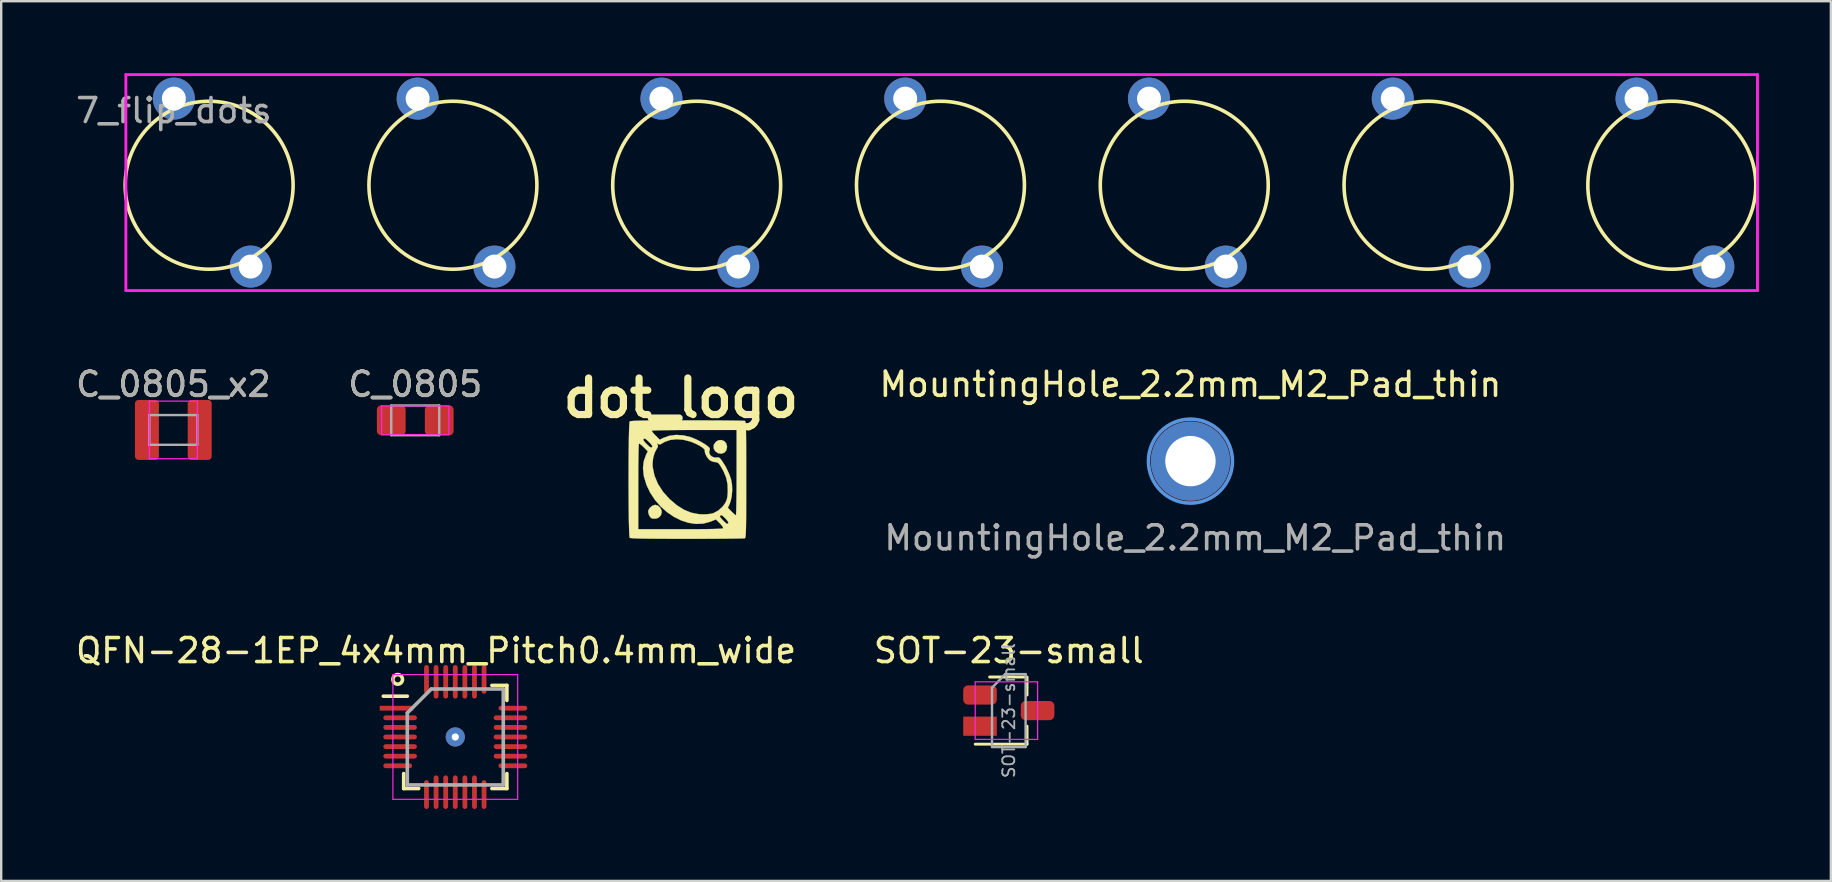
<source format=kicad_pcb>
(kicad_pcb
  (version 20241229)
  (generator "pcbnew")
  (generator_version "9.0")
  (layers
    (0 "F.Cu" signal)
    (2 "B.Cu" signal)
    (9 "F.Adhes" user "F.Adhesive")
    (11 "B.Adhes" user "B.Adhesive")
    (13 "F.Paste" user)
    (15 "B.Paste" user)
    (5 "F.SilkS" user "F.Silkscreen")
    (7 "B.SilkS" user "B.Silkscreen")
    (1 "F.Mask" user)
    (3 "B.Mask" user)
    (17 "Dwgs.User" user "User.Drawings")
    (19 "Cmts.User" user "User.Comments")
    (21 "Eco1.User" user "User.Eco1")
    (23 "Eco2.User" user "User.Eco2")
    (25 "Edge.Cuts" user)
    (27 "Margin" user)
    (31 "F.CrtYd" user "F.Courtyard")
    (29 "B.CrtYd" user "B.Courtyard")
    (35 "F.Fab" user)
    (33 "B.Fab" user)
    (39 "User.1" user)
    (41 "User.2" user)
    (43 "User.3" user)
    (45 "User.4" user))
  (footprint "C_0805_x2"
    (layer "F.Cu")
    (at 4.173 14.868)
    (property "Reference" "C_0805_x2" (at 0 -1.9 0) (layer "F.SilkS") (effects (font (size 1 1) (thickness 0.15))))
    (attr smd)
    (fp_line (start -1 -1.2) (end -1 1.2) (stroke (width 0.05) (type solid)) (layer "F.CrtYd"))
    (fp_line (start -1 -1.2) (end 1 -1.2) (stroke (width 0.05) (type solid)) (layer "F.CrtYd"))
    (fp_line (start 1 1.2) (end -1 1.2) (stroke (width 0.05) (type solid)) (layer "F.CrtYd"))
    (fp_line (start 1 1.2) (end 1 -1.2) (stroke (width 0.05) (type solid)) (layer "F.CrtYd"))
    (fp_line (start -1 -0.62) (end 1 -0.62) (stroke (width 0.1) (type solid)) (layer "F.Fab"))
    (fp_line (start -1 0.62) (end -1 -0.62) (stroke (width 0.1) (type solid)) (layer "F.Fab"))
    (fp_line (start 1 -0.62) (end 1 0.62) (stroke (width 0.1) (type solid)) (layer "F.Fab"))
    (fp_line (start 1 0.62) (end -1 0.62) (stroke (width 0.1) (type solid)) (layer "F.Fab"))
    (fp_text user "${REFERENCE}" (at 0 -1.9 0) (layer "F.Fab") (effects (font (size 1 1) (thickness 0.15))))
    (pad "1" smd roundrect (at -1.1 0) (size 1 2.5) (layers "F.Cu" "F.Mask" "F.Paste") (roundrect_rratio 0.15))
    (pad "2" smd roundrect (at 1.1 0) (size 1 2.5) (layers "F.Cu" "F.Mask" "F.Paste") (roundrect_rratio 0.15)))
  (footprint "MountingHole_2.2mm_M2_Pad_thin"
    (layer "F.Cu")
    (at 46.564 16.168)
    (property "Reference" "MountingHole_2.2mm_M2_Pad_thin" (at 0 -3.2 0) (layer "F.SilkS") (effects (font (size 1 1) (thickness 0.15))))
    (attr exclude_from_pos_files exclude_from_bom)
    (fp_circle (center 0 0) (end 1.75 0) (stroke (width 0.15) (type solid)) (fill no) (layer "Cmts.User"))
    (fp_circle (center 0 0) (end 1.75 0) (stroke (width 0.05) (type solid)) (fill no) (layer "F.CrtYd"))
    (fp_text user "${REFERENCE}" (at 0.2 3.2 0) (layer "F.Fab") (effects (font (size 1 1) (thickness 0.15))))
    (pad "1" thru_hole circle (at 0 0) (size 3.3 3.3) (drill 2.1) (layers "*.Cu" "*.Mask")))
  (footprint "QFN-28-1EP_4x4mm_Pitch0.4mm_wide"
    (layer "F.Cu")
    (at 15.925 27.665)
    (property "Reference" "QFN-28-1EP_4x4mm_Pitch0.4mm_wide" (at -0.8 -3.6 0) (layer "F.SilkS") (effects (font (size 1 1) (thickness 0.15))))
    (attr smd)
    (fp_line (start -2.15 2.15) (end -2.15 1.525) (stroke (width 0.15) (type solid)) (layer "F.SilkS"))
    (fp_line (start -2.15 2.15) (end -1.525 2.15) (stroke (width 0.15) (type solid)) (layer "F.SilkS"))
    (fp_line (start -2 -1.7) (end -3 -1.7) (stroke (width 0.15) (type solid)) (layer "F.SilkS"))
    (fp_line (start 2.15 -2.15) (end 1.525 -2.15) (stroke (width 0.15) (type solid)) (layer "F.SilkS"))
    (fp_line (start 2.15 -2.15) (end 2.15 -1.525) (stroke (width 0.15) (type solid)) (layer "F.SilkS"))
    (fp_line (start 2.15 2.15) (end 1.525 2.15) (stroke (width 0.15) (type solid)) (layer "F.SilkS"))
    (fp_line (start 2.15 2.15) (end 2.15 1.525) (stroke (width 0.15) (type solid)) (layer "F.SilkS"))
    (fp_circle (center -2.4 -2.4) (end -2.6 -2.4) (stroke (width 0.15) (type solid)) (fill no) (layer "F.SilkS"))
    (fp_line (start -2.6 -2.6) (end -2.6 2.6) (stroke (width 0.05) (type solid)) (layer "F.CrtYd"))
    (fp_line (start -2.6 -2.6) (end 2.6 -2.6) (stroke (width 0.05) (type solid)) (layer "F.CrtYd"))
    (fp_line (start -2.6 2.6) (end 2.6 2.6) (stroke (width 0.05) (type solid)) (layer "F.CrtYd"))
    (fp_line (start 2.6 -2.6) (end 2.6 2.6) (stroke (width 0.05) (type solid)) (layer "F.CrtYd"))
    (fp_line (start -2 -1) (end -1 -2) (stroke (width 0.15) (type solid)) (layer "F.Fab"))
    (fp_line (start -2 2) (end -2 -1) (stroke (width 0.15) (type solid)) (layer "F.Fab"))
    (fp_line (start -1 -2) (end 2 -2) (stroke (width 0.15) (type solid)) (layer "F.Fab"))
    (fp_line (start 2 -2) (end 2 2) (stroke (width 0.15) (type solid)) (layer "F.Fab"))
    (fp_line (start 2 2) (end -2 2) (stroke (width 0.15) (type solid)) (layer "F.Fab"))
    (pad "1" smd rect (at -2.45 -1.2) (size 1.4 0.2) (layers "F.Cu" "F.Mask" "F.Paste"))
    (pad "2" smd roundrect (at -2.3 -0.8) (size 1.4 0.2) (layers "F.Cu" "F.Mask" "F.Paste") (roundrect_rratio 0.5))
    (pad "3" smd roundrect (at -2.3 -0.4) (size 1.4 0.2) (layers "F.Cu" "F.Mask" "F.Paste") (roundrect_rratio 0.5))
    (pad "4" smd roundrect (at -2.3 0) (size 1.4 0.2) (layers "F.Cu" "F.Mask" "F.Paste") (roundrect_rratio 0.5))
    (pad "5" smd roundrect (at -2.3 0.4) (size 1.4 0.2) (layers "F.Cu" "F.Mask" "F.Paste") (roundrect_rratio 0.5))
    (pad "6" smd roundrect (at -2.3 0.8) (size 1.4 0.2) (layers "F.Cu" "F.Mask" "F.Paste") (roundrect_rratio 0.5))
    (pad "7" smd roundrect (at -2.4 1.2) (size 1.2 0.2) (layers "F.Cu" "F.Mask" "F.Paste") (roundrect_rratio 0.5))
    (pad "8" smd roundrect (at -1.2 2.4 90) (size 1.2 0.2) (layers "F.Cu" "F.Mask" "F.Paste") (roundrect_rratio 0.5))
    (pad "9" smd roundrect (at -0.8 2.3 90) (size 1.4 0.2) (layers "F.Cu" "F.Mask" "F.Paste") (roundrect_rratio 0.5))
    (pad "10" smd roundrect (at -0.4 2.3 90) (size 1.4 0.2) (layers "F.Cu" "F.Mask" "F.Paste") (roundrect_rratio 0.5))
    (pad "11" smd roundrect (at 0 2.3 90) (size 1.4 0.2) (layers "F.Cu" "F.Mask" "F.Paste") (roundrect_rratio 0.5))
    (pad "12" smd roundrect (at 0.4 2.3 90) (size 1.4 0.2) (layers "F.Cu" "F.Mask" "F.Paste") (roundrect_rratio 0.5))
    (pad "13" smd roundrect (at 0.8 2.3 90) (size 1.4 0.2) (layers "F.Cu" "F.Mask" "F.Paste") (roundrect_rratio 0.5))
    (pad "14" smd roundrect (at 1.2 2.4 90) (size 1.2 0.2) (layers "F.Cu" "F.Mask" "F.Paste") (roundrect_rratio 0.5))
    (pad "15" smd roundrect (at 2.4 1.2) (size 1.2 0.2) (layers "F.Cu" "F.Mask" "F.Paste") (roundrect_rratio 0.5))
    (pad "16" smd roundrect (at 2.3 0.8) (size 1.4 0.2) (layers "F.Cu" "F.Mask" "F.Paste") (roundrect_rratio 0.5))
    (pad "17" smd roundrect (at 2.3 0.4) (size 1.4 0.2) (layers "F.Cu" "F.Mask" "F.Paste") (roundrect_rratio 0.5))
    (pad "18" smd roundrect (at 2.3 0) (size 1.4 0.2) (layers "F.Cu" "F.Mask" "F.Paste") (roundrect_rratio 0.5))
    (pad "19" smd roundrect (at 2.3 -0.4) (size 1.4 0.2) (layers "F.Cu" "F.Mask" "F.Paste") (roundrect_rratio 0.5))
    (pad "20" smd roundrect (at 2.3 -0.8) (size 1.4 0.2) (layers "F.Cu" "F.Mask" "F.Paste") (roundrect_rratio 0.5))
    (pad "21" smd roundrect (at 2.4 -1.2) (size 1.2 0.2) (layers "F.Cu" "F.Mask" "F.Paste") (roundrect_rratio 0.5))
    (pad "22" smd roundrect (at 1.2 -2.4 90) (size 1.2 0.2) (layers "F.Cu" "F.Mask" "F.Paste") (roundrect_rratio 0.5))
    (pad "23" smd roundrect (at 0.8 -2.3 90) (size 1.4 0.2) (layers "F.Cu" "F.Mask" "F.Paste") (roundrect_rratio 0.5))
    (pad "24" smd roundrect (at 0.4 -2.3 90) (size 1.4 0.2) (layers "F.Cu" "F.Mask" "F.Paste") (roundrect_rratio 0.5))
    (pad "25" smd roundrect (at 0 -2.3 90) (size 1.4 0.2) (layers "F.Cu" "F.Mask" "F.Paste") (roundrect_rratio 0.5))
    (pad "26" smd roundrect (at -0.4 -2.3 90) (size 1.4 0.2) (layers "F.Cu" "F.Mask" "F.Paste") (roundrect_rratio 0.5))
    (pad "27" smd roundrect (at -0.8 -2.3 90) (size 1.4 0.2) (layers "F.Cu" "F.Mask" "F.Paste") (roundrect_rratio 0.5))
    (pad "28" smd roundrect (at -1.2 -2.4 90) (size 1.2 0.2) (layers "F.Cu" "F.Mask" "F.Paste") (roundrect_rratio 0.5))
    (pad "29" thru_hole circle (at 0 0) (size 0.8 0.8) (drill 0.3) (layers "*.Cu" "*.Mask")))
  (footprint "C_0805"
    (layer "F.Cu")
    (at 14.256 14.468)
    (property "Reference" "C_0805" (at 0 -1.5 0) (layer "F.SilkS") (effects (font (size 1 1) (thickness 0.15))))
    (attr smd)
    (fp_line (start -1.4 -0.6) (end -1.4 0.6) (stroke (width 0.05) (type solid)) (layer "F.CrtYd"))
    (fp_line (start -1.4 -0.6) (end 1.4 -0.6) (stroke (width 0.05) (type solid)) (layer "F.CrtYd"))
    (fp_line (start 1.4 0.6) (end -1.4 0.6) (stroke (width 0.05) (type solid)) (layer "F.CrtYd"))
    (fp_line (start 1.4 0.6) (end 1.4 -0.6) (stroke (width 0.05) (type solid)) (layer "F.CrtYd"))
    (fp_line (start -1 -0.62) (end 1 -0.62) (stroke (width 0.1) (type solid)) (layer "F.Fab"))
    (fp_line (start -1 0.62) (end -1 -0.62) (stroke (width 0.1) (type solid)) (layer "F.Fab"))
    (fp_line (start 1 -0.62) (end 1 0.62) (stroke (width 0.1) (type solid)) (layer "F.Fab"))
    (fp_line (start 1 0.62) (end -1 0.62) (stroke (width 0.1) (type solid)) (layer "F.Fab"))
    (fp_text user "${REFERENCE}" (at 0 -1.5 0) (layer "F.Fab") (effects (font (size 1 1) (thickness 0.15))))
    (pad "1" smd roundrect (at -1 0) (size 1.2 1.25) (layers "F.Cu" "F.Mask" "F.Paste") (roundrect_rratio 0.15))
    (pad "2" smd roundrect (at 1 0) (size 1.2 1.25) (layers "F.Cu" "F.Mask" "F.Paste") (roundrect_rratio 0.15)))
  (footprint "7_flip_dots"
    (layer "F.Cu")
    (at 4.196 1.06)
    (property "Reference" "7_flip_dots" (at 0 0.5 0) (layer "F.Fab") (effects (font (size 1 1) (thickness 0.15))))
    (attr through_hole)
    (fp_circle (center 1.47 3.61) (end 4.97 3.61) (stroke (width 0.15) (type solid)) (fill no) (layer "F.SilkS"))
    (fp_circle (center 11.63 3.61) (end 15.13 3.61) (stroke (width 0.15) (type solid)) (fill no) (layer "F.SilkS"))
    (fp_circle (center 21.79 3.61) (end 25.29 3.61) (stroke (width 0.15) (type solid)) (fill no) (layer "F.SilkS"))
    (fp_circle (center 31.95 3.61) (end 35.45 3.61) (stroke (width 0.15) (type solid)) (fill no) (layer "F.SilkS"))
    (fp_circle (center 42.11 3.61) (end 45.61 3.61) (stroke (width 0.15) (type solid)) (fill no) (layer "F.SilkS"))
    (fp_circle (center 52.27 3.61) (end 55.77 3.61) (stroke (width 0.15) (type solid)) (fill no) (layer "F.SilkS"))
    (fp_circle (center 62.43 3.61) (end 65.93 3.61) (stroke (width 0.15) (type solid)) (fill no) (layer "F.SilkS"))
    (fp_line (start -2 -1) (end -2 8) (stroke (width 0.12) (type solid)) (layer "F.CrtYd"))
    (fp_line (start -2 8) (end 66 8) (stroke (width 0.12) (type solid)) (layer "F.CrtYd"))
    (fp_line (start 66 -1) (end -2 -1) (stroke (width 0.12) (type solid)) (layer "F.CrtYd"))
    (fp_line (start 66 8) (end 66 -1) (stroke (width 0.12) (type solid)) (layer "F.CrtYd"))
    (pad "1-UA" thru_hole circle (at 0 0) (size 1.75 1.75) (drill 1) (layers "*.Cu" "*.Mask"))
    (pad "1-UB" thru_hole circle (at 10.16 0) (size 1.75 1.75) (drill 1) (layers "*.Cu" "*.Mask"))
    (pad "1-UC" thru_hole circle (at 20.32 0) (size 1.75 1.75) (drill 1) (layers "*.Cu" "*.Mask"))
    (pad "1-UD" thru_hole circle (at 30.48 0) (size 1.75 1.75) (drill 1) (layers "*.Cu" "*.Mask"))
    (pad "1-UE" thru_hole circle (at 40.64 0) (size 1.75 1.75) (drill 1) (layers "*.Cu" "*.Mask"))
    (pad "1-UF" thru_hole circle (at 50.8 0) (size 1.75 1.75) (drill 1) (layers "*.Cu" "*.Mask"))
    (pad "1-UG" thru_hole circle (at 60.96 0) (size 1.75 1.75) (drill 1) (layers "*.Cu" "*.Mask"))
    (pad "2-UA" thru_hole circle (at 3.2 7) (size 1.75 1.75) (drill 1) (layers "*.Cu" "*.Mask"))
    (pad "2-UB" thru_hole circle (at 13.36 7) (size 1.75 1.75) (drill 1) (layers "*.Cu" "*.Mask"))
    (pad "2-UC" thru_hole circle (at 23.52 7) (size 1.75 1.75) (drill 1) (layers "*.Cu" "*.Mask"))
    (pad "2-UD" thru_hole circle (at 33.68 7) (size 1.75 1.75) (drill 1) (layers "*.Cu" "*.Mask"))
    (pad "2-UE" thru_hole circle (at 43.84 7) (size 1.75 1.75) (drill 1) (layers "*.Cu" "*.Mask"))
    (pad "2-UF" thru_hole circle (at 54 7) (size 1.75 1.75) (drill 1) (layers "*.Cu" "*.Mask"))
    (pad "2-UG" thru_hole circle (at 64.16 7) (size 1.75 1.75) (drill 1) (layers "*.Cu" "*.Mask")))
  (footprint "dot_logo"
    (layer "F.Cu")
    (at 25.727 16.938)
    (property "Reference" "dot_logo" (at -0.4 -3.4 0) (layer "F.SilkS") (effects (font (size 1.524 1.524) (thickness 0.3))))
    (attr through_hole)
    (fp_poly (pts (xy 1.403 -1.605) (xy 1.485 -1.517) (xy 1.523 -1.389) (xy 1.524 -1.361) (xy 1.494 -1.222) (xy 1.414 -1.125) (xy 1.298 -1.081) (xy 1.159 -1.098) (xy 1.138 -1.107) (xy 1.028 -1.186) (xy 0.968 -1.3) (xy 0.968 -1.428) (xy 0.986 -1.476) (xy 1.071 -1.587) (xy 1.18 -1.643) (xy 1.296 -1.648) (xy 1.403 -1.605)) (stroke (width 0.01) (type solid)) (fill yes) (layer "F.SilkS"))
    (fp_poly (pts (xy -1.356 1.085) (xy -1.264 1.169) (xy -1.207 1.283) (xy -1.197 1.353) (xy -1.229 1.481) (xy -1.313 1.576) (xy -1.432 1.627) (xy -1.57 1.626) (xy -1.625 1.609) (xy -1.687 1.552) (xy -1.737 1.454) (xy -1.761 1.346) (xy -1.757 1.288) (xy -1.699 1.183) (xy -1.6 1.097) (xy -1.487 1.054) (xy -1.463 1.052) (xy -1.356 1.085)) (stroke (width 0.01) (type solid)) (fill yes) (layer "F.SilkS"))
    (fp_poly (pts (xy 0.267 -2.467) (xy 0.653 -2.466) (xy 1.013 -2.465) (xy 1.34 -2.463) (xy 1.627 -2.46) (xy 1.869 -2.457) (xy 2.059 -2.454) (xy 2.19 -2.45) (xy 2.258 -2.447) (xy 2.265 -2.445) (xy 2.276 -2.436) (xy 2.286 -2.412) (xy 2.294 -2.37) (xy 2.301 -2.303) (xy 2.307 -2.208) (xy 2.312 -2.079) (xy 2.315 -1.911) (xy 2.318 -1.699) (xy 2.32 -1.438) (xy 2.321 -1.122) (xy 2.322 -0.747) (xy 2.322 -0.308) (xy 2.322 0) (xy 2.322 0.482) (xy 2.322 0.896) (xy 2.321 1.248) (xy 2.319 1.542) (xy 2.317 1.785) (xy 2.314 1.98) (xy 2.31 2.132) (xy 2.305 2.248) (xy 2.299 2.332) (xy 2.291 2.388) (xy 2.283 2.423) (xy 2.272 2.441) (xy 2.265 2.445) (xy 2.219 2.449) (xy 2.108 2.453) (xy 1.936 2.456) (xy 1.71 2.459) (xy 1.437 2.462) (xy 1.122 2.464) (xy 0.772 2.466) (xy 0.394 2.467) (xy -0.008 2.467) (xy -0.141 2.467) (xy -0.641 2.467) (xy -1.073 2.466) (xy -1.441 2.464) (xy -1.747 2.462) (xy -1.997 2.458) (xy -2.194 2.453) (xy -2.342 2.448) (xy -2.445 2.441) (xy -2.508 2.433) (xy -2.533 2.424) (xy -2.542 2.379) (xy -2.55 2.269) (xy -2.557 2.102) (xy -2.563 1.884) (xy -2.569 1.623) (xy -2.573 1.326) (xy -2.576 1.001) (xy -2.578 0.656) (xy -2.58 0.297) (xy -2.58 0.292) (xy -2.177 0.292) (xy -2.177 2.068) (xy -0.419 2.068) (xy 0.026 2.068) (xy 0.402 2.066) (xy 0.711 2.063) (xy 0.957 2.058) (xy 1.142 2.052) (xy 1.27 2.045) (xy 1.342 2.036) (xy 1.363 2.028) (xy 1.352 1.983) (xy 1.299 1.907) (xy 1.225 1.824) (xy 1.061 1.661) (xy 0.824 1.756) (xy 0.533 1.834) (xy 0.23 1.848) (xy -0.081 1.802) (xy -0.39 1.701) (xy -0.692 1.551) (xy -0.726 1.527) (xy 1.225 1.527) (xy 1.244 1.575) (xy 1.308 1.651) (xy 1.348 1.693) (xy 1.446 1.789) (xy 1.509 1.837) (xy 1.548 1.844) (xy 1.578 1.815) (xy 1.581 1.811) (xy 1.57 1.766) (xy 1.518 1.69) (xy 1.449 1.612) (xy 1.356 1.524) (xy 1.295 1.485) (xy 1.252 1.488) (xy 1.244 1.495) (xy 1.225 1.527) (xy -0.726 1.527) (xy -0.979 1.355) (xy -1.243 1.119) (xy -1.479 0.848) (xy -1.678 0.547) (xy -1.834 0.22) (xy -1.939 -0.127) (xy -1.946 -0.158) (xy -1.979 -0.478) (xy -1.956 -0.675) (xy -1.581 -0.675) (xy -1.576 -0.526) (xy -1.5 -0.163) (xy -1.353 0.186) (xy -1.139 0.515) (xy -0.871 0.811) (xy -0.569 1.068) (xy -0.269 1.257) (xy 0.034 1.38) (xy 0.348 1.441) (xy 0.526 1.449) (xy 0.684 1.443) (xy 0.831 1.427) (xy 0.938 1.405) (xy 0.947 1.402) (xy 1.153 1.293) (xy 1.335 1.132) (xy 1.443 0.985) (xy 1.492 0.888) (xy 1.524 0.79) (xy 1.543 0.666) (xy 1.554 0.493) (xy 1.554 0.492) (xy 1.545 0.197) (xy 1.49 -0.074) (xy 1.38 -0.342) (xy 1.282 -0.517) (xy 1.209 -0.631) (xy 1.152 -0.695) (xy 1.097 -0.721) (xy 1.046 -0.726) (xy 0.935 -0.745) (xy 0.83 -0.788) (xy 0.751 -0.858) (xy 0.677 -0.96) (xy 0.621 -1.071) (xy 0.596 -1.167) (xy 0.6 -1.205) (xy 0.584 -1.258) (xy 0.51 -1.327) (xy 0.391 -1.405) (xy 0.239 -1.485) (xy 0.064 -1.56) (xy -0.008 -1.586) (xy -0.297 -1.66) (xy -0.58 -1.682) (xy -0.844 -1.652) (xy -1.075 -1.572) (xy -1.175 -1.513) (xy -1.256 -1.467) (xy -1.316 -1.467) (xy -1.348 -1.483) (xy -1.395 -1.508) (xy -1.391 -1.485) (xy -1.374 -1.457) (xy -1.353 -1.398) (xy -1.374 -1.332) (xy -1.409 -1.279) (xy -1.496 -1.11) (xy -1.555 -0.9) (xy -1.581 -0.675) (xy -1.956 -0.675) (xy -1.943 -0.777) (xy -1.852 -1.03) (xy -1.779 -1.178) (xy -1.948 -1.349) (xy -2.038 -1.433) (xy -2.109 -1.488) (xy -2.147 -1.502) (xy -2.153 -1.463) (xy -2.159 -1.359) (xy -2.164 -1.196) (xy -2.168 -0.981) (xy -2.172 -0.723) (xy -2.175 -0.427) (xy -2.176 -0.1) (xy -2.177 0.25) (xy -2.177 0.292) (xy -2.58 0.292) (xy -2.58 -0.068) (xy -2.579 -0.432) (xy -2.578 -0.787) (xy -2.575 -1.125) (xy -2.571 -1.44) (xy -2.568 -1.667) (xy -1.968 -1.667) (xy -1.949 -1.619) (xy -1.887 -1.544) (xy -1.828 -1.483) (xy -1.729 -1.389) (xy -1.664 -1.344) (xy -1.621 -1.341) (xy -1.606 -1.35) (xy -1.588 -1.381) (xy -1.607 -1.429) (xy -1.669 -1.504) (xy -1.728 -1.565) (xy -1.827 -1.659) (xy -1.892 -1.704) (xy -1.935 -1.707) (xy -1.95 -1.698) (xy -1.968 -1.667) (xy -2.568 -1.667) (xy -2.567 -1.725) (xy -2.561 -1.97) (xy -2.559 -2.038) (xy -1.611 -2.038) (xy -1.597 -2) (xy -1.541 -1.927) (xy -1.456 -1.837) (xy -1.454 -1.835) (xy -1.279 -1.663) (xy -1.137 -1.735) (xy -0.885 -1.826) (xy -0.599 -1.863) (xy -0.297 -1.844) (xy 0.007 -1.77) (xy 0.025 -1.764) (xy 0.222 -1.683) (xy 0.427 -1.58) (xy 0.61 -1.47) (xy 0.698 -1.408) (xy 0.78 -1.336) (xy 0.81 -1.284) (xy 0.799 -1.234) (xy 0.798 -1.233) (xy 0.778 -1.13) (xy 0.815 -1.034) (xy 0.895 -0.958) (xy 1.005 -0.918) (xy 1.093 -0.921) (xy 1.161 -0.926) (xy 1.217 -0.899) (xy 1.28 -0.828) (xy 1.31 -0.788) (xy 1.472 -0.53) (xy 1.61 -0.241) (xy 1.688 -0.02) (xy 1.729 0.196) (xy 1.739 0.44) (xy 1.72 0.684) (xy 1.673 0.902) (xy 1.639 0.996) (xy 1.558 1.175) (xy 1.712 1.331) (xy 1.798 1.414) (xy 1.865 1.471) (xy 1.894 1.488) (xy 1.9 1.453) (xy 1.905 1.352) (xy 1.91 1.192) (xy 1.914 0.981) (xy 1.918 0.725) (xy 1.921 0.431) (xy 1.922 0.106) (xy 1.923 -0.242) (xy 1.923 -0.29) (xy 1.923 -2.068) (xy 0.165 -2.068) (xy -0.185 -2.068) (xy -0.512 -2.066) (xy -0.811 -2.063) (xy -1.072 -2.06) (xy -1.29 -2.055) (xy -1.457 -2.05) (xy -1.566 -2.045) (xy -1.61 -2.039) (xy -1.611 -2.038) (xy -2.559 -2.038) (xy -2.555 -2.171) (xy -2.547 -2.317) (xy -2.539 -2.404) (xy -2.533 -2.424) (xy -2.506 -2.433) (xy -2.441 -2.441) (xy -2.336 -2.448) (xy -2.185 -2.454) (xy -1.986 -2.458) (xy -1.733 -2.462) (xy -1.423 -2.464) (xy -1.053 -2.466) (xy -0.618 -2.467) (xy -0.141 -2.467) (xy 0.267 -2.467)) (stroke (width 0.01) (type solid)) (fill yes) (layer "F.SilkS")))
  (footprint "SOT-23-small"
    (layer "F.Cu")
    (at 38.994 26.565)
    (property "Reference" "SOT-23-small" (at 0 -2.5 0) (layer "F.SilkS") (effects (font (size 1 1) (thickness 0.15))))
    (attr smd)
    (fp_line (start 0.66 -1.4) (end -0.8 -1.4) (stroke (width 0.12) (type solid)) (layer "F.SilkS"))
    (fp_line (start 0.76 -1.4) (end 0.76 -0.65) (stroke (width 0.12) (type solid)) (layer "F.SilkS"))
    (fp_line (start 0.76 1.4) (end -1.4 1.4) (stroke (width 0.12) (type solid)) (layer "F.SilkS"))
    (fp_line (start 0.76 1.4) (end 0.76 0.65) (stroke (width 0.12) (type solid)) (layer "F.SilkS"))
    (fp_line (start -1.4 -1.2) (end 1.2 -1.2) (stroke (width 0.05) (type solid)) (layer "F.CrtYd"))
    (fp_line (start -1.4 1.2) (end -1.4 -1.2) (stroke (width 0.05) (type solid)) (layer "F.CrtYd"))
    (fp_line (start 1.2 -1.2) (end 1.2 1.2) (stroke (width 0.05) (type solid)) (layer "F.CrtYd"))
    (fp_line (start 1.2 1.2) (end -1.4 1.2) (stroke (width 0.05) (type solid)) (layer "F.CrtYd"))
    (fp_line (start -0.7 -0.95) (end -0.7 1.5) (stroke (width 0.1) (type solid)) (layer "F.Fab"))
    (fp_line (start -0.7 -0.95) (end -0.15 -1.52) (stroke (width 0.1) (type solid)) (layer "F.Fab"))
    (fp_line (start -0.7 1.52) (end 0.7 1.52) (stroke (width 0.1) (type solid)) (layer "F.Fab"))
    (fp_line (start -0.15 -1.52) (end 0.7 -1.52) (stroke (width 0.1) (type solid)) (layer "F.Fab"))
    (fp_line (start 0.7 -1.52) (end 0.7 1.52) (stroke (width 0.1) (type solid)) (layer "F.Fab"))
    (fp_text user "${REFERENCE}" (at 0 0 90) (layer "F.Fab") (effects (font (size 0.5 0.5) (thickness 0.075))))
    (pad "1" smd rect (at -1.2 0.65) (size 1.4 0.8) (layers "F.Cu" "F.Mask" "F.Paste"))
    (pad "2" smd roundrect (at -1.2 -0.65) (size 1.4 0.8) (layers "F.Cu" "F.Mask" "F.Paste") (roundrect_rratio 0.25))
    (pad "3" smd roundrect (at 1.2 0) (size 1.4 0.8) (layers "F.Cu" "F.Mask" "F.Paste") (roundrect_rratio 0.25)))
  (gr_rect
    (start -3 -3)
    (end 73.256 33.665)
    (stroke (width 0.1) (type default))
    (fill no)
    (layer "Edge.Cuts")))
</source>
